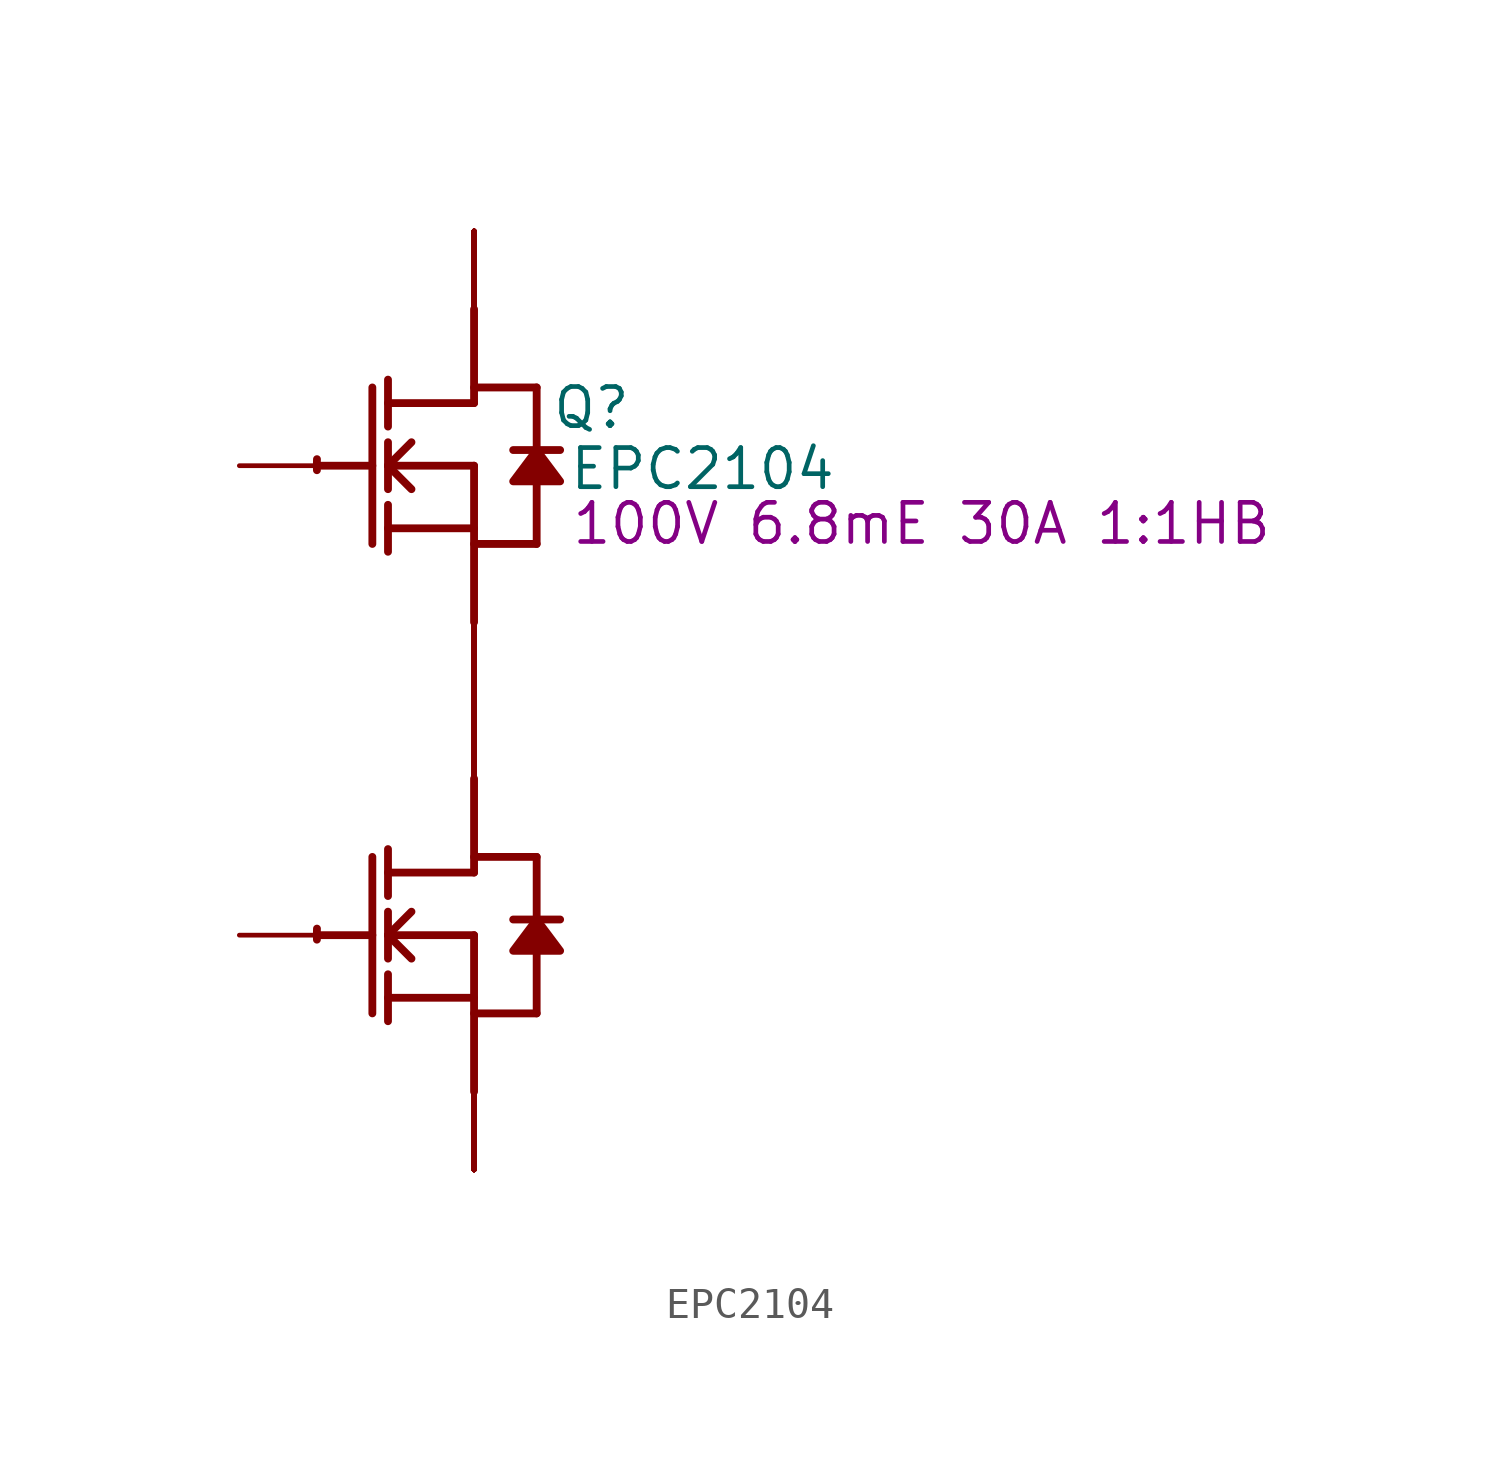
<source format=kicad_sym>
(kicad_symbol_lib
  (version 20241209)
  (generator "kicad_symbol_editor")
  (generator_version "9.0")
  (symbol "EPC2104"
    (property "Reference" "Q"
      (at 3.81 1.88 0)
      (effects (font (size 1.27 1.27))))
    (property "Value" "EPC2104"
      (at 7.417 -0.102 0)
      (effects (font (size 1.27 1.27))))
    (property "Description" "100V 6.8mE 30A 1:1HB"
      (at 14.529 -1.88 0)
      (effects (font (size 1.27 1.27))))
    (symbol "EPC2104_1_0"
      (polyline (pts (xy -5.08 0) (xy -3.302 0)) (stroke (width 0.254) (type solid)) (fill (type none)))
      (polyline (pts (xy -5.08 -15.24) (xy -3.302 -15.24)) (stroke (width 0.254) (type solid)) (fill (type none)))
      (polyline (pts (xy -3.302 2.54) (xy -3.302 -2.54)) (stroke (width 0.254) (type solid)) (fill (type none)))
      (polyline (pts (xy -3.302 -12.7) (xy -3.302 -17.78)) (stroke (width 0.254) (type solid)) (fill (type none)))
      (polyline (pts (xy -2.794 1.27) (xy -2.794 2.794)) (stroke (width 0.254) (type solid)) (fill (type none)))
      (polyline (pts (xy -2.794 0) (xy -2.032 0.762)) (stroke (width 0.254) (type solid)) (fill (type none)))
      (polyline (pts (xy -2.794 0) (xy 0 0)) (stroke (width 0.254) (type solid)) (fill (type none)))
      (polyline (pts (xy -2.794 -0.762) (xy -2.794 0.762)) (stroke (width 0.254) (type solid)) (fill (type none)))
      (polyline (pts (xy -2.794 -2.032) (xy 0 -2.032)) (stroke (width 0.254) (type solid)) (fill (type none)))
      (polyline (pts (xy -2.794 -2.794) (xy -2.794 -1.27)) (stroke (width 0.254) (type solid)) (fill (type none)))
      (polyline (pts (xy -2.794 -13.97) (xy -2.794 -12.446)) (stroke (width 0.254) (type solid)) (fill (type none)))
      (polyline (pts (xy -2.794 -15.24) (xy -2.032 -14.478)) (stroke (width 0.254) (type solid)) (fill (type none)))
      (polyline (pts (xy -2.794 -15.24) (xy 0 -15.24)) (stroke (width 0.254) (type solid)) (fill (type none)))
      (polyline (pts (xy -2.794 -16.002) (xy -2.794 -14.478)) (stroke (width 0.254) (type solid)) (fill (type none)))
      (polyline (pts (xy -2.794 -17.272) (xy 0 -17.272)) (stroke (width 0.254) (type solid)) (fill (type none)))
      (polyline (pts (xy -2.794 -18.034) (xy -2.794 -16.51)) (stroke (width 0.254) (type solid)) (fill (type none)))
      (polyline (pts (xy -2.032 -0.762) (xy -2.794 0)) (stroke (width 0.254) (type solid)) (fill (type none)))
      (polyline (pts (xy -2.032 -16.002) (xy -2.794 -15.24)) (stroke (width 0.254) (type solid)) (fill (type none)))
      (polyline (pts (xy 0 2.54) (xy 2.032 2.54)) (stroke (width 0.254) (type solid)) (fill (type none)))
      (polyline (pts (xy 0 2.032) (xy -2.794 2.032)) (stroke (width 0.254) (type solid)) (fill (type none)))
      (polyline (pts (xy 0 2.032) (xy 0 5.08)) (stroke (width 0.254) (type solid)) (fill (type none)))
      (polyline (pts (xy 0 0) (xy 0 -5.08)) (stroke (width 0.254) (type solid)) (fill (type none)))
      (polyline (pts (xy 0 -2.54) (xy 2.032 -2.54)) (stroke (width 0.254) (type solid)) (fill (type none)))
      (polyline (pts (xy 0 -12.7) (xy 2.032 -12.7)) (stroke (width 0.254) (type solid)) (fill (type none)))
      (polyline (pts (xy 0 -13.208) (xy -2.794 -13.208)) (stroke (width 0.254) (type solid)) (fill (type none)))
      (polyline (pts (xy 0 -13.208) (xy 0 -10.16)) (stroke (width 0.254) (type solid)) (fill (type none)))
      (polyline (pts (xy 0 -15.24) (xy 0 -20.32)) (stroke (width 0.254) (type solid)) (fill (type none)))
      (polyline (pts (xy 0 -17.78) (xy 2.032 -17.78)) (stroke (width 0.254) (type solid)) (fill (type none)))
      (arc (start -5.1019 -0.1467) (mid -5.1039 0.0331) (end -5.0996 0.2128) (stroke (width 0.254) (type solid)) (fill (type none)))
      (arc (start -5.1019 -15.3867) (mid -5.1039 -15.2069) (end -5.0996 -15.0272) (stroke (width 0.254) (type solid)) (fill (type none)))
      (polyline (pts (xy 2.032 2.54) (xy 2.032 0.508)) (stroke (width 0.254) (type solid)) (fill (type none)))
      (polyline (pts (xy 2.032 0.508) (xy 1.27 -0.508) (xy 2.794 -0.508) (xy 2.032 0.508)) (stroke (width 0.254) (type solid)) (fill (type outline)))
      (polyline (pts (xy 2.032 -0.508) (xy 2.032 -2.54)) (stroke (width 0.254) (type solid)) (fill (type none)))
      (polyline (pts (xy 2.032 -12.7) (xy 2.032 -14.732)) (stroke (width 0.254) (type solid)) (fill (type none)))
      (polyline (pts (xy 2.032 -14.732) (xy 1.27 -15.748) (xy 2.794 -15.748) (xy 2.032 -14.732)) (stroke (width 0.254) (type solid)) (fill (type outline)))
      (polyline (pts (xy 2.032 -15.748) (xy 2.032 -17.78)) (stroke (width 0.254) (type solid)) (fill (type none)))
      (polyline (pts (xy 2.794 0.508) (xy 1.27 0.508)) (stroke (width 0.254) (type solid)) (fill (type none)))
      (polyline (pts (xy 2.794 -14.732) (xy 1.27 -14.732)) (stroke (width 0.254) (type solid)) (fill (type none)))
      (pin passive line (at -7.62 0 0) (length 2.54) (name "G1" (effects (font (size 0 0)))) (number "2" (effects (font (size 0 0)))))
      (pin passive line (at -7.62 -15.24 0) (length 2.54) (name "G2" (effects (font (size 0 0)))) (number "4" (effects (font (size 0 0)))))
      (pin open_collector line (at 0 7.62 270) (length 2.54) (name "D1" (effects (font (size 0 0)))) (number "1" (effects (font (size 0 0)))))
      (pin open_collector line (at 0 7.62 270) (length 2.54) (name "D1" (effects (font (size 0 0)))) (number "11" (effects (font (size 0 0)))))
      (pin open_emitter line (at 0 7.62 270) (length 2.54) (name "D1" (effects (font (size 0 0)))) (number "12" (effects (font (size 0 0)))))
      (pin open_emitter line (at 0 7.62 270) (length 2.54) (name "D1" (effects (font (size 0 0)))) (number "13" (effects (font (size 0 0)))))
      (pin open_collector line (at 0 7.62 270) (length 2.54) (name "D1" (effects (font (size 0 0)))) (number "21" (effects (font (size 0 0)))))
      (pin open_emitter line (at 0 7.62 270) (length 2.54) (name "D1" (effects (font (size 0 0)))) (number "22" (effects (font (size 0 0)))))
      (pin open_emitter line (at 0 7.62 270) (length 2.54) (name "D1" (effects (font (size 0 0)))) (number "23" (effects (font (size 0 0)))))
      (pin open_collector line (at 0 7.62 270) (length 2.54) (name "D1" (effects (font (size 0 0)))) (number "31" (effects (font (size 0 0)))))
      (pin open_emitter line (at 0 7.62 270) (length 2.54) (name "D1" (effects (font (size 0 0)))) (number "32" (effects (font (size 0 0)))))
      (pin open_emitter line (at 0 7.62 270) (length 2.54) (name "D1" (effects (font (size 0 0)))) (number "33" (effects (font (size 0 0)))))
      (pin open_collector line (at 0 7.62 270) (length 2.54) (name "D1" (effects (font (size 0 0)))) (number "41" (effects (font (size 0 0)))))
      (pin open_emitter line (at 0 7.62 270) (length 2.54) (name "D1" (effects (font (size 0 0)))) (number "42" (effects (font (size 0 0)))))
      (pin open_collector line (at 0 7.62 270) (length 2.54) (name "D1" (effects (font (size 0 0)))) (number "51" (effects (font (size 0 0)))))
      (pin open_emitter line (at 0 7.62 270) (length 2.54) (name "D1" (effects (font (size 0 0)))) (number "52" (effects (font (size 0 0)))))
      (pin open_collector line (at 0 7.62 270) (length 2.54) (name "D1" (effects (font (size 0 0)))) (number "61" (effects (font (size 0 0)))))
      (pin open_emitter line (at 0 7.62 270) (length 2.54) (name "D1" (effects (font (size 0 0)))) (number "62" (effects (font (size 0 0)))))
      (pin open_collector line (at 0 7.62 270) (length 2.54) (name "D1" (effects (font (size 0 0)))) (number "71" (effects (font (size 0 0)))))
      (pin open_emitter line (at 0 7.62 270) (length 2.54) (name "D1" (effects (font (size 0 0)))) (number "72" (effects (font (size 0 0)))))
      (pin open_collector line (at 0 -7.62 270) (length 2.54) (name "D2" (effects (font (size 0 0)))) (number "10" (effects (font (size 0 0)))))
      (pin open_emitter line (at 0 -7.62 90) (length 2.54) (name "S1" (effects (font (size 0 0)))) (number "16" (effects (font (size 0 0)))))
      (pin open_collector line (at 0 -7.62 90) (length 2.54) (name "S1" (effects (font (size 0 0)))) (number "17" (effects (font (size 0 0)))))
      (pin open_collector line (at 0 -7.62 90) (length 2.54) (name "S1" (effects (font (size 0 0)))) (number "18" (effects (font (size 0 0)))))
      (pin open_collector line (at 0 -7.62 270) (length 2.54) (name "D2" (effects (font (size 0 0)))) (number "19" (effects (font (size 0 0)))))
      (pin open_collector line (at 0 -7.62 270) (length 2.54) (name "D2" (effects (font (size 0 0)))) (number "20" (effects (font (size 0 0)))))
      (pin open_emitter line (at 0 -7.62 90) (length 2.54) (name "S1" (effects (font (size 0 0)))) (number "26" (effects (font (size 0 0)))))
      (pin open_collector line (at 0 -7.62 90) (length 2.54) (name "S1" (effects (font (size 0 0)))) (number "27" (effects (font (size 0 0)))))
      (pin open_collector line (at 0 -7.62 90) (length 2.54) (name "S1" (effects (font (size 0 0)))) (number "28" (effects (font (size 0 0)))))
      (pin open_collector line (at 0 -7.62 270) (length 2.54) (name "D2" (effects (font (size 0 0)))) (number "29" (effects (font (size 0 0)))))
      (pin passive line (at 0 -7.62 90) (length 2.54) (name "SG1" (effects (font (size 0 0)))) (number "3" (effects (font (size 0 0)))))
      (pin open_collector line (at 0 -7.62 270) (length 2.54) (name "D2" (effects (font (size 0 0)))) (number "30" (effects (font (size 0 0)))))
      (pin open_emitter line (at 0 -7.62 90) (length 2.54) (name "S1" (effects (font (size 0 0)))) (number "36" (effects (font (size 0 0)))))
      (pin open_collector line (at 0 -7.62 90) (length 2.54) (name "S1" (effects (font (size 0 0)))) (number "37" (effects (font (size 0 0)))))
      (pin open_collector line (at 0 -7.62 90) (length 2.54) (name "S1" (effects (font (size 0 0)))) (number "38" (effects (font (size 0 0)))))
      (pin open_collector line (at 0 -7.62 270) (length 2.54) (name "D2" (effects (font (size 0 0)))) (number "39" (effects (font (size 0 0)))))
      (pin open_collector line (at 0 -7.62 270) (length 2.54) (name "D2" (effects (font (size 0 0)))) (number "40" (effects (font (size 0 0)))))
      (pin open_emitter line (at 0 -7.62 90) (length 2.54) (name "S1" (effects (font (size 0 0)))) (number "46" (effects (font (size 0 0)))))
      (pin open_collector line (at 0 -7.62 90) (length 2.54) (name "S1" (effects (font (size 0 0)))) (number "47" (effects (font (size 0 0)))))
      (pin open_collector line (at 0 -7.62 90) (length 2.54) (name "S1" (effects (font (size 0 0)))) (number "48" (effects (font (size 0 0)))))
      (pin open_collector line (at 0 -7.62 270) (length 2.54) (name "D2" (effects (font (size 0 0)))) (number "49" (effects (font (size 0 0)))))
      (pin open_collector line (at 0 -7.62 270) (length 2.54) (name "D2" (effects (font (size 0 0)))) (number "50" (effects (font (size 0 0)))))
      (pin open_emitter line (at 0 -7.62 90) (length 2.54) (name "S1" (effects (font (size 0 0)))) (number "56" (effects (font (size 0 0)))))
      (pin open_collector line (at 0 -7.62 90) (length 2.54) (name "S1" (effects (font (size 0 0)))) (number "57" (effects (font (size 0 0)))))
      (pin open_collector line (at 0 -7.62 90) (length 2.54) (name "S1" (effects (font (size 0 0)))) (number "58" (effects (font (size 0 0)))))
      (pin open_collector line (at 0 -7.62 270) (length 2.54) (name "D2" (effects (font (size 0 0)))) (number "59" (effects (font (size 0 0)))))
      (pin open_emitter line (at 0 -7.62 90) (length 2.54) (name "S1" (effects (font (size 0 0)))) (number "6" (effects (font (size 0 0)))))
      (pin open_collector line (at 0 -7.62 270) (length 2.54) (name "D2" (effects (font (size 0 0)))) (number "60" (effects (font (size 0 0)))))
      (pin open_emitter line (at 0 -7.62 90) (length 2.54) (name "S1" (effects (font (size 0 0)))) (number "66" (effects (font (size 0 0)))))
      (pin open_collector line (at 0 -7.62 90) (length 2.54) (name "S1" (effects (font (size 0 0)))) (number "67" (effects (font (size 0 0)))))
      (pin open_collector line (at 0 -7.62 90) (length 2.54) (name "S1" (effects (font (size 0 0)))) (number "68" (effects (font (size 0 0)))))
      (pin open_collector line (at 0 -7.62 270) (length 2.54) (name "D2" (effects (font (size 0 0)))) (number "69" (effects (font (size 0 0)))))
      (pin open_collector line (at 0 -7.62 90) (length 2.54) (name "S1" (effects (font (size 0 0)))) (number "7" (effects (font (size 0 0)))))
      (pin open_collector line (at 0 -7.62 270) (length 2.54) (name "D2" (effects (font (size 0 0)))) (number "70" (effects (font (size 0 0)))))
      (pin open_collector line (at 0 -7.62 90) (length 2.54) (name "S1" (effects (font (size 0 0)))) (number "8" (effects (font (size 0 0)))))
      (pin open_collector line (at 0 -7.62 270) (length 2.54) (name "D2" (effects (font (size 0 0)))) (number "9" (effects (font (size 0 0)))))
      (pin open_emitter line (at 0 -22.86 90) (length 2.54) (name "S2" (effects (font (size 0 0)))) (number "14" (effects (font (size 0 0)))))
      (pin open_emitter line (at 0 -22.86 90) (length 2.54) (name "S2" (effects (font (size 0 0)))) (number "15" (effects (font (size 0 0)))))
      (pin open_emitter line (at 0 -22.86 90) (length 2.54) (name "S2" (effects (font (size 0 0)))) (number "24" (effects (font (size 0 0)))))
      (pin open_emitter line (at 0 -22.86 90) (length 2.54) (name "S2" (effects (font (size 0 0)))) (number "25" (effects (font (size 0 0)))))
      (pin open_emitter line (at 0 -22.86 90) (length 2.54) (name "S2" (effects (font (size 0 0)))) (number "34" (effects (font (size 0 0)))))
      (pin open_emitter line (at 0 -22.86 90) (length 2.54) (name "S2" (effects (font (size 0 0)))) (number "35" (effects (font (size 0 0)))))
      (pin open_emitter line (at 0 -22.86 90) (length 2.54) (name "S2" (effects (font (size 0 0)))) (number "43" (effects (font (size 0 0)))))
      (pin open_emitter line (at 0 -22.86 90) (length 2.54) (name "S2" (effects (font (size 0 0)))) (number "44" (effects (font (size 0 0)))))
      (pin open_emitter line (at 0 -22.86 90) (length 2.54) (name "S2" (effects (font (size 0 0)))) (number "45" (effects (font (size 0 0)))))
      (pin open_emitter line (at 0 -22.86 90) (length 2.54) (name "S2" (effects (font (size 0 0)))) (number "5" (effects (font (size 0 0)))))
      (pin open_emitter line (at 0 -22.86 90) (length 2.54) (name "S2" (effects (font (size 0 0)))) (number "53" (effects (font (size 0 0)))))
      (pin open_emitter line (at 0 -22.86 90) (length 2.54) (name "S2" (effects (font (size 0 0)))) (number "54" (effects (font (size 0 0)))))
      (pin open_emitter line (at 0 -22.86 90) (length 2.54) (name "S2" (effects (font (size 0 0)))) (number "55" (effects (font (size 0 0)))))
      (pin open_emitter line (at 0 -22.86 90) (length 2.54) (name "S2" (effects (font (size 0 0)))) (number "63" (effects (font (size 0 0)))))
      (pin open_emitter line (at 0 -22.86 90) (length 2.54) (name "S2" (effects (font (size 0 0)))) (number "64" (effects (font (size 0 0)))))
      (pin open_emitter line (at 0 -22.86 90) (length 2.54) (name "S2" (effects (font (size 0 0)))) (number "65" (effects (font (size 0 0)))))
      (pin open_emitter line (at 0 -22.86 90) (length 2.54) (name "S2" (effects (font (size 0 0)))) (number "73" (effects (font (size 0 0)))))
      (pin open_emitter line (at 0 -22.86 90) (length 2.54) (name "S2" (effects (font (size 0 0)))) (number "74" (effects (font (size 0 0)))))
      (pin open_emitter line (at 0 -22.86 90) (length 2.54) (name "S2" (effects (font (size 0 0)))) (number "75" (effects (font (size 0 0))))))))
</source>
